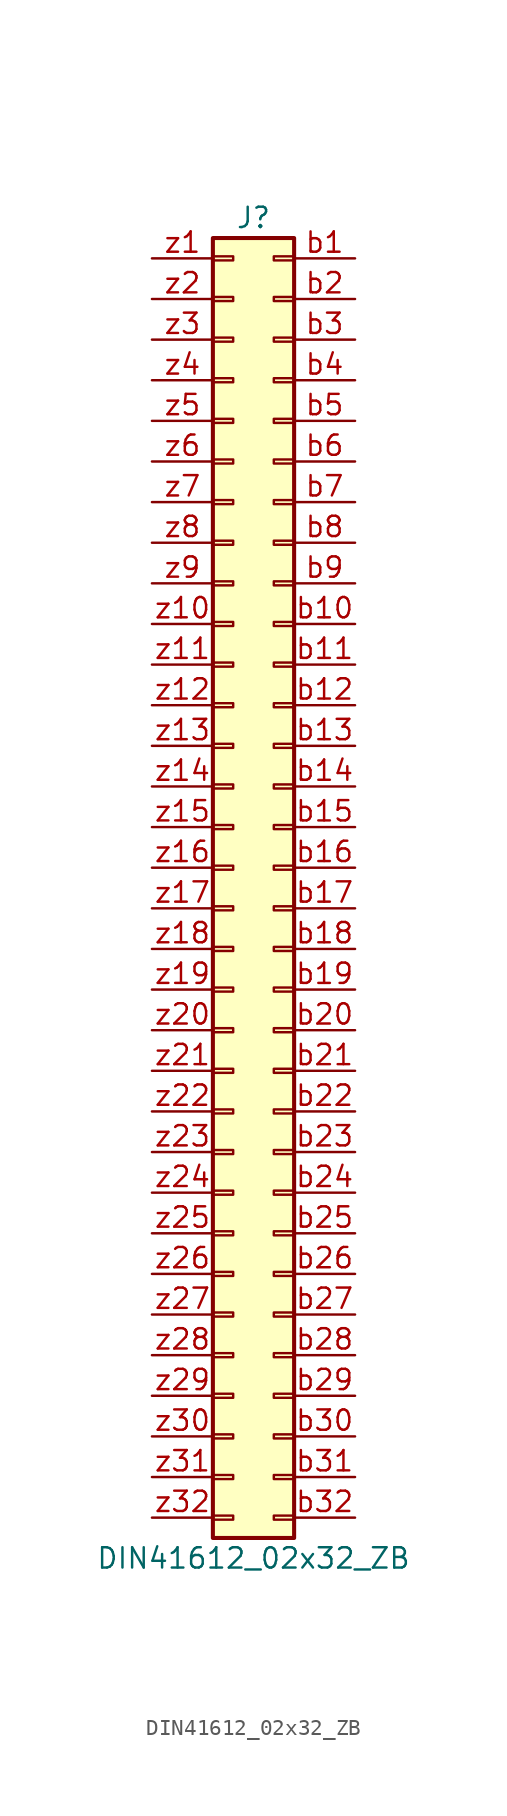
<source format=kicad_sym>
(kicad_symbol_lib
  (version 20241209)
  (generator "kicad_symbol_editor")
  (generator_version "9.0")
  (symbol "DIN41612_02x32_ZB"
    (pin_names
      (offset 1.016)
      (hide yes))
    (property "Reference" "J"
      (at 1.27 40.64 0)
      (effects (font (size 1.27 1.27))))
    (property "Value" "DIN41612_02x32_ZB"
      (at 1.27 -43.18 0)
      (effects (font (size 1.27 1.27))))
    (symbol "DIN41612_02x32_ZB_1_1"
      (rectangle (start -1.27 39.37) (end 3.81 -41.91) (stroke (width 0.254) (type default)) (fill (type background)))
      (rectangle (start -1.27 38.227) (end 0 37.973) (stroke (width 0.152) (type default)) (fill (type none)))
      (rectangle (start -1.27 35.687) (end 0 35.433) (stroke (width 0.152) (type default)) (fill (type none)))
      (rectangle (start -1.27 33.147) (end 0 32.893) (stroke (width 0.152) (type default)) (fill (type none)))
      (rectangle (start -1.27 30.607) (end 0 30.353) (stroke (width 0.152) (type default)) (fill (type none)))
      (rectangle (start -1.27 28.067) (end 0 27.813) (stroke (width 0.152) (type default)) (fill (type none)))
      (rectangle (start -1.27 25.527) (end 0 25.273) (stroke (width 0.152) (type default)) (fill (type none)))
      (rectangle (start -1.27 22.987) (end 0 22.733) (stroke (width 0.152) (type default)) (fill (type none)))
      (rectangle (start -1.27 20.447) (end 0 20.193) (stroke (width 0.152) (type default)) (fill (type none)))
      (rectangle (start -1.27 17.907) (end 0 17.653) (stroke (width 0.152) (type default)) (fill (type none)))
      (rectangle (start -1.27 15.367) (end 0 15.113) (stroke (width 0.152) (type default)) (fill (type none)))
      (rectangle (start -1.27 12.827) (end 0 12.573) (stroke (width 0.152) (type default)) (fill (type none)))
      (rectangle (start -1.27 10.287) (end 0 10.033) (stroke (width 0.152) (type default)) (fill (type none)))
      (rectangle (start -1.27 7.747) (end 0 7.493) (stroke (width 0.152) (type default)) (fill (type none)))
      (rectangle (start -1.27 5.207) (end 0 4.953) (stroke (width 0.152) (type default)) (fill (type none)))
      (rectangle (start -1.27 2.667) (end 0 2.413) (stroke (width 0.152) (type default)) (fill (type none)))
      (rectangle (start -1.27 0.127) (end 0 -0.127) (stroke (width 0.152) (type default)) (fill (type none)))
      (rectangle (start -1.27 -2.413) (end 0 -2.667) (stroke (width 0.152) (type default)) (fill (type none)))
      (rectangle (start -1.27 -4.953) (end 0 -5.207) (stroke (width 0.152) (type default)) (fill (type none)))
      (rectangle (start -1.27 -7.493) (end 0 -7.747) (stroke (width 0.152) (type default)) (fill (type none)))
      (rectangle (start -1.27 -10.033) (end 0 -10.287) (stroke (width 0.152) (type default)) (fill (type none)))
      (rectangle (start -1.27 -12.573) (end 0 -12.827) (stroke (width 0.152) (type default)) (fill (type none)))
      (rectangle (start -1.27 -15.113) (end 0 -15.367) (stroke (width 0.152) (type default)) (fill (type none)))
      (rectangle (start -1.27 -17.653) (end 0 -17.907) (stroke (width 0.152) (type default)) (fill (type none)))
      (rectangle (start -1.27 -20.193) (end 0 -20.447) (stroke (width 0.152) (type default)) (fill (type none)))
      (rectangle (start -1.27 -22.733) (end 0 -22.987) (stroke (width 0.152) (type default)) (fill (type none)))
      (rectangle (start -1.27 -25.273) (end 0 -25.527) (stroke (width 0.152) (type default)) (fill (type none)))
      (rectangle (start -1.27 -27.813) (end 0 -28.067) (stroke (width 0.152) (type default)) (fill (type none)))
      (rectangle (start -1.27 -30.353) (end 0 -30.607) (stroke (width 0.152) (type default)) (fill (type none)))
      (rectangle (start -1.27 -32.893) (end 0 -33.147) (stroke (width 0.152) (type default)) (fill (type none)))
      (rectangle (start -1.27 -35.433) (end 0 -35.687) (stroke (width 0.152) (type default)) (fill (type none)))
      (rectangle (start -1.27 -37.973) (end 0 -38.227) (stroke (width 0.152) (type default)) (fill (type none)))
      (rectangle (start -1.27 -40.513) (end 0 -40.767) (stroke (width 0.152) (type default)) (fill (type none)))
      (rectangle (start 3.81 38.227) (end 2.54 37.973) (stroke (width 0.152) (type default)) (fill (type none)))
      (rectangle (start 3.81 35.687) (end 2.54 35.433) (stroke (width 0.152) (type default)) (fill (type none)))
      (rectangle (start 3.81 33.147) (end 2.54 32.893) (stroke (width 0.152) (type default)) (fill (type none)))
      (rectangle (start 3.81 30.607) (end 2.54 30.353) (stroke (width 0.152) (type default)) (fill (type none)))
      (rectangle (start 3.81 28.067) (end 2.54 27.813) (stroke (width 0.152) (type default)) (fill (type none)))
      (rectangle (start 3.81 25.527) (end 2.54 25.273) (stroke (width 0.152) (type default)) (fill (type none)))
      (rectangle (start 3.81 22.987) (end 2.54 22.733) (stroke (width 0.152) (type default)) (fill (type none)))
      (rectangle (start 3.81 20.447) (end 2.54 20.193) (stroke (width 0.152) (type default)) (fill (type none)))
      (rectangle (start 3.81 17.907) (end 2.54 17.653) (stroke (width 0.152) (type default)) (fill (type none)))
      (rectangle (start 3.81 15.367) (end 2.54 15.113) (stroke (width 0.152) (type default)) (fill (type none)))
      (rectangle (start 3.81 12.827) (end 2.54 12.573) (stroke (width 0.152) (type default)) (fill (type none)))
      (rectangle (start 3.81 10.287) (end 2.54 10.033) (stroke (width 0.152) (type default)) (fill (type none)))
      (rectangle (start 3.81 7.747) (end 2.54 7.493) (stroke (width 0.152) (type default)) (fill (type none)))
      (rectangle (start 3.81 5.207) (end 2.54 4.953) (stroke (width 0.152) (type default)) (fill (type none)))
      (rectangle (start 3.81 2.667) (end 2.54 2.413) (stroke (width 0.152) (type default)) (fill (type none)))
      (rectangle (start 3.81 0.127) (end 2.54 -0.127) (stroke (width 0.152) (type default)) (fill (type none)))
      (rectangle (start 3.81 -2.413) (end 2.54 -2.667) (stroke (width 0.152) (type default)) (fill (type none)))
      (rectangle (start 3.81 -4.953) (end 2.54 -5.207) (stroke (width 0.152) (type default)) (fill (type none)))
      (rectangle (start 3.81 -7.493) (end 2.54 -7.747) (stroke (width 0.152) (type default)) (fill (type none)))
      (rectangle (start 3.81 -10.033) (end 2.54 -10.287) (stroke (width 0.152) (type default)) (fill (type none)))
      (rectangle (start 3.81 -12.573) (end 2.54 -12.827) (stroke (width 0.152) (type default)) (fill (type none)))
      (rectangle (start 3.81 -15.113) (end 2.54 -15.367) (stroke (width 0.152) (type default)) (fill (type none)))
      (rectangle (start 3.81 -17.653) (end 2.54 -17.907) (stroke (width 0.152) (type default)) (fill (type none)))
      (rectangle (start 3.81 -20.193) (end 2.54 -20.447) (stroke (width 0.152) (type default)) (fill (type none)))
      (rectangle (start 3.81 -22.733) (end 2.54 -22.987) (stroke (width 0.152) (type default)) (fill (type none)))
      (rectangle (start 3.81 -25.273) (end 2.54 -25.527) (stroke (width 0.152) (type default)) (fill (type none)))
      (rectangle (start 3.81 -27.813) (end 2.54 -28.067) (stroke (width 0.152) (type default)) (fill (type none)))
      (rectangle (start 3.81 -30.353) (end 2.54 -30.607) (stroke (width 0.152) (type default)) (fill (type none)))
      (rectangle (start 3.81 -32.893) (end 2.54 -33.147) (stroke (width 0.152) (type default)) (fill (type none)))
      (rectangle (start 3.81 -35.433) (end 2.54 -35.687) (stroke (width 0.152) (type default)) (fill (type none)))
      (rectangle (start 3.81 -37.973) (end 2.54 -38.227) (stroke (width 0.152) (type default)) (fill (type none)))
      (rectangle (start 3.81 -40.513) (end 2.54 -40.767) (stroke (width 0.152) (type default)) (fill (type none)))
      (pin passive line (at -5.08 38.1 0) (length 3.81) (name "Pin_z1" (effects (font (size 1.27 1.27)))) (number "z1" (effects (font (size 1.27 1.27)))))
      (pin passive line (at -5.08 35.56 0) (length 3.81) (name "Pin_z2" (effects (font (size 1.27 1.27)))) (number "z2" (effects (font (size 1.27 1.27)))))
      (pin passive line (at -5.08 33.02 0) (length 3.81) (name "Pin_z3" (effects (font (size 1.27 1.27)))) (number "z3" (effects (font (size 1.27 1.27)))))
      (pin passive line (at -5.08 30.48 0) (length 3.81) (name "Pin_z4" (effects (font (size 1.27 1.27)))) (number "z4" (effects (font (size 1.27 1.27)))))
      (pin passive line (at -5.08 27.94 0) (length 3.81) (name "Pin_z5" (effects (font (size 1.27 1.27)))) (number "z5" (effects (font (size 1.27 1.27)))))
      (pin passive line (at -5.08 25.4 0) (length 3.81) (name "Pin_z6" (effects (font (size 1.27 1.27)))) (number "z6" (effects (font (size 1.27 1.27)))))
      (pin passive line (at -5.08 22.86 0) (length 3.81) (name "Pin_z7" (effects (font (size 1.27 1.27)))) (number "z7" (effects (font (size 1.27 1.27)))))
      (pin passive line (at -5.08 20.32 0) (length 3.81) (name "Pin_z8" (effects (font (size 1.27 1.27)))) (number "z8" (effects (font (size 1.27 1.27)))))
      (pin passive line (at -5.08 17.78 0) (length 3.81) (name "Pin_z9" (effects (font (size 1.27 1.27)))) (number "z9" (effects (font (size 1.27 1.27)))))
      (pin passive line (at -5.08 15.24 0) (length 3.81) (name "Pin_z10" (effects (font (size 1.27 1.27)))) (number "z10" (effects (font (size 1.27 1.27)))))
      (pin passive line (at -5.08 12.7 0) (length 3.81) (name "Pin_z11" (effects (font (size 1.27 1.27)))) (number "z11" (effects (font (size 1.27 1.27)))))
      (pin passive line (at -5.08 10.16 0) (length 3.81) (name "Pin_z12" (effects (font (size 1.27 1.27)))) (number "z12" (effects (font (size 1.27 1.27)))))
      (pin passive line (at -5.08 7.62 0) (length 3.81) (name "Pin_z13" (effects (font (size 1.27 1.27)))) (number "z13" (effects (font (size 1.27 1.27)))))
      (pin passive line (at -5.08 5.08 0) (length 3.81) (name "Pin_z14" (effects (font (size 1.27 1.27)))) (number "z14" (effects (font (size 1.27 1.27)))))
      (pin passive line (at -5.08 2.54 0) (length 3.81) (name "Pin_z15" (effects (font (size 1.27 1.27)))) (number "z15" (effects (font (size 1.27 1.27)))))
      (pin passive line (at -5.08 0 0) (length 3.81) (name "Pin_z16" (effects (font (size 1.27 1.27)))) (number "z16" (effects (font (size 1.27 1.27)))))
      (pin passive line (at -5.08 -2.54 0) (length 3.81) (name "Pin_z17" (effects (font (size 1.27 1.27)))) (number "z17" (effects (font (size 1.27 1.27)))))
      (pin passive line (at -5.08 -5.08 0) (length 3.81) (name "Pin_z18" (effects (font (size 1.27 1.27)))) (number "z18" (effects (font (size 1.27 1.27)))))
      (pin passive line (at -5.08 -7.62 0) (length 3.81) (name "Pin_z19" (effects (font (size 1.27 1.27)))) (number "z19" (effects (font (size 1.27 1.27)))))
      (pin passive line (at -5.08 -10.16 0) (length 3.81) (name "Pin_z20" (effects (font (size 1.27 1.27)))) (number "z20" (effects (font (size 1.27 1.27)))))
      (pin passive line (at -5.08 -12.7 0) (length 3.81) (name "Pin_z21" (effects (font (size 1.27 1.27)))) (number "z21" (effects (font (size 1.27 1.27)))))
      (pin passive line (at -5.08 -15.24 0) (length 3.81) (name "Pin_z22" (effects (font (size 1.27 1.27)))) (number "z22" (effects (font (size 1.27 1.27)))))
      (pin passive line (at -5.08 -17.78 0) (length 3.81) (name "Pin_z23" (effects (font (size 1.27 1.27)))) (number "z23" (effects (font (size 1.27 1.27)))))
      (pin passive line (at -5.08 -20.32 0) (length 3.81) (name "Pin_z24" (effects (font (size 1.27 1.27)))) (number "z24" (effects (font (size 1.27 1.27)))))
      (pin passive line (at -5.08 -22.86 0) (length 3.81) (name "Pin_z25" (effects (font (size 1.27 1.27)))) (number "z25" (effects (font (size 1.27 1.27)))))
      (pin passive line (at -5.08 -25.4 0) (length 3.81) (name "Pin_z26" (effects (font (size 1.27 1.27)))) (number "z26" (effects (font (size 1.27 1.27)))))
      (pin passive line (at -5.08 -27.94 0) (length 3.81) (name "Pin_z27" (effects (font (size 1.27 1.27)))) (number "z27" (effects (font (size 1.27 1.27)))))
      (pin passive line (at -5.08 -30.48 0) (length 3.81) (name "Pin_z28" (effects (font (size 1.27 1.27)))) (number "z28" (effects (font (size 1.27 1.27)))))
      (pin passive line (at -5.08 -33.02 0) (length 3.81) (name "Pin_z29" (effects (font (size 1.27 1.27)))) (number "z29" (effects (font (size 1.27 1.27)))))
      (pin passive line (at -5.08 -35.56 0) (length 3.81) (name "Pin_z30" (effects (font (size 1.27 1.27)))) (number "z30" (effects (font (size 1.27 1.27)))))
      (pin passive line (at -5.08 -38.1 0) (length 3.81) (name "Pin_z31" (effects (font (size 1.27 1.27)))) (number "z31" (effects (font (size 1.27 1.27)))))
      (pin passive line (at -5.08 -40.64 0) (length 3.81) (name "Pin_z32" (effects (font (size 1.27 1.27)))) (number "z32" (effects (font (size 1.27 1.27)))))
      (pin passive line (at 7.62 38.1 180) (length 3.81) (name "Pin_b1" (effects (font (size 1.27 1.27)))) (number "b1" (effects (font (size 1.27 1.27)))))
      (pin passive line (at 7.62 35.56 180) (length 3.81) (name "Pin_b2" (effects (font (size 1.27 1.27)))) (number "b2" (effects (font (size 1.27 1.27)))))
      (pin passive line (at 7.62 33.02 180) (length 3.81) (name "Pin_b3" (effects (font (size 1.27 1.27)))) (number "b3" (effects (font (size 1.27 1.27)))))
      (pin passive line (at 7.62 30.48 180) (length 3.81) (name "Pin_b4" (effects (font (size 1.27 1.27)))) (number "b4" (effects (font (size 1.27 1.27)))))
      (pin passive line (at 7.62 27.94 180) (length 3.81) (name "Pin_b5" (effects (font (size 1.27 1.27)))) (number "b5" (effects (font (size 1.27 1.27)))))
      (pin passive line (at 7.62 25.4 180) (length 3.81) (name "Pin_b6" (effects (font (size 1.27 1.27)))) (number "b6" (effects (font (size 1.27 1.27)))))
      (pin passive line (at 7.62 22.86 180) (length 3.81) (name "Pin_b7" (effects (font (size 1.27 1.27)))) (number "b7" (effects (font (size 1.27 1.27)))))
      (pin passive line (at 7.62 20.32 180) (length 3.81) (name "Pin_b8" (effects (font (size 1.27 1.27)))) (number "b8" (effects (font (size 1.27 1.27)))))
      (pin passive line (at 7.62 17.78 180) (length 3.81) (name "Pin_b9" (effects (font (size 1.27 1.27)))) (number "b9" (effects (font (size 1.27 1.27)))))
      (pin passive line (at 7.62 15.24 180) (length 3.81) (name "Pin_b10" (effects (font (size 1.27 1.27)))) (number "b10" (effects (font (size 1.27 1.27)))))
      (pin passive line (at 7.62 12.7 180) (length 3.81) (name "Pin_b11" (effects (font (size 1.27 1.27)))) (number "b11" (effects (font (size 1.27 1.27)))))
      (pin passive line (at 7.62 10.16 180) (length 3.81) (name "Pin_b12" (effects (font (size 1.27 1.27)))) (number "b12" (effects (font (size 1.27 1.27)))))
      (pin passive line (at 7.62 7.62 180) (length 3.81) (name "Pin_b13" (effects (font (size 1.27 1.27)))) (number "b13" (effects (font (size 1.27 1.27)))))
      (pin passive line (at 7.62 5.08 180) (length 3.81) (name "Pin_b14" (effects (font (size 1.27 1.27)))) (number "b14" (effects (font (size 1.27 1.27)))))
      (pin passive line (at 7.62 2.54 180) (length 3.81) (name "Pin_b15" (effects (font (size 1.27 1.27)))) (number "b15" (effects (font (size 1.27 1.27)))))
      (pin passive line (at 7.62 0 180) (length 3.81) (name "Pin_b16" (effects (font (size 1.27 1.27)))) (number "b16" (effects (font (size 1.27 1.27)))))
      (pin passive line (at 7.62 -2.54 180) (length 3.81) (name "Pin_b17" (effects (font (size 1.27 1.27)))) (number "b17" (effects (font (size 1.27 1.27)))))
      (pin passive line (at 7.62 -5.08 180) (length 3.81) (name "Pin_b18" (effects (font (size 1.27 1.27)))) (number "b18" (effects (font (size 1.27 1.27)))))
      (pin passive line (at 7.62 -7.62 180) (length 3.81) (name "Pin_b19" (effects (font (size 1.27 1.27)))) (number "b19" (effects (font (size 1.27 1.27)))))
      (pin passive line (at 7.62 -10.16 180) (length 3.81) (name "Pin_b20" (effects (font (size 1.27 1.27)))) (number "b20" (effects (font (size 1.27 1.27)))))
      (pin passive line (at 7.62 -12.7 180) (length 3.81) (name "Pin_b21" (effects (font (size 1.27 1.27)))) (number "b21" (effects (font (size 1.27 1.27)))))
      (pin passive line (at 7.62 -15.24 180) (length 3.81) (name "Pin_b22" (effects (font (size 1.27 1.27)))) (number "b22" (effects (font (size 1.27 1.27)))))
      (pin passive line (at 7.62 -17.78 180) (length 3.81) (name "Pin_b23" (effects (font (size 1.27 1.27)))) (number "b23" (effects (font (size 1.27 1.27)))))
      (pin passive line (at 7.62 -20.32 180) (length 3.81) (name "Pin_b24" (effects (font (size 1.27 1.27)))) (number "b24" (effects (font (size 1.27 1.27)))))
      (pin passive line (at 7.62 -22.86 180) (length 3.81) (name "Pin_b25" (effects (font (size 1.27 1.27)))) (number "b25" (effects (font (size 1.27 1.27)))))
      (pin passive line (at 7.62 -25.4 180) (length 3.81) (name "Pin_b26" (effects (font (size 1.27 1.27)))) (number "b26" (effects (font (size 1.27 1.27)))))
      (pin passive line (at 7.62 -27.94 180) (length 3.81) (name "Pin_b27" (effects (font (size 1.27 1.27)))) (number "b27" (effects (font (size 1.27 1.27)))))
      (pin passive line (at 7.62 -30.48 180) (length 3.81) (name "Pin_b28" (effects (font (size 1.27 1.27)))) (number "b28" (effects (font (size 1.27 1.27)))))
      (pin passive line (at 7.62 -33.02 180) (length 3.81) (name "Pin_b29" (effects (font (size 1.27 1.27)))) (number "b29" (effects (font (size 1.27 1.27)))))
      (pin passive line (at 7.62 -35.56 180) (length 3.81) (name "Pin_b30" (effects (font (size 1.27 1.27)))) (number "b30" (effects (font (size 1.27 1.27)))))
      (pin passive line (at 7.62 -38.1 180) (length 3.81) (name "Pin_b31" (effects (font (size 1.27 1.27)))) (number "b31" (effects (font (size 1.27 1.27)))))
      (pin passive line (at 7.62 -40.64 180) (length 3.81) (name "Pin_b32" (effects (font (size 1.27 1.27)))) (number "b32" (effects (font (size 1.27 1.27))))))))
</source>
